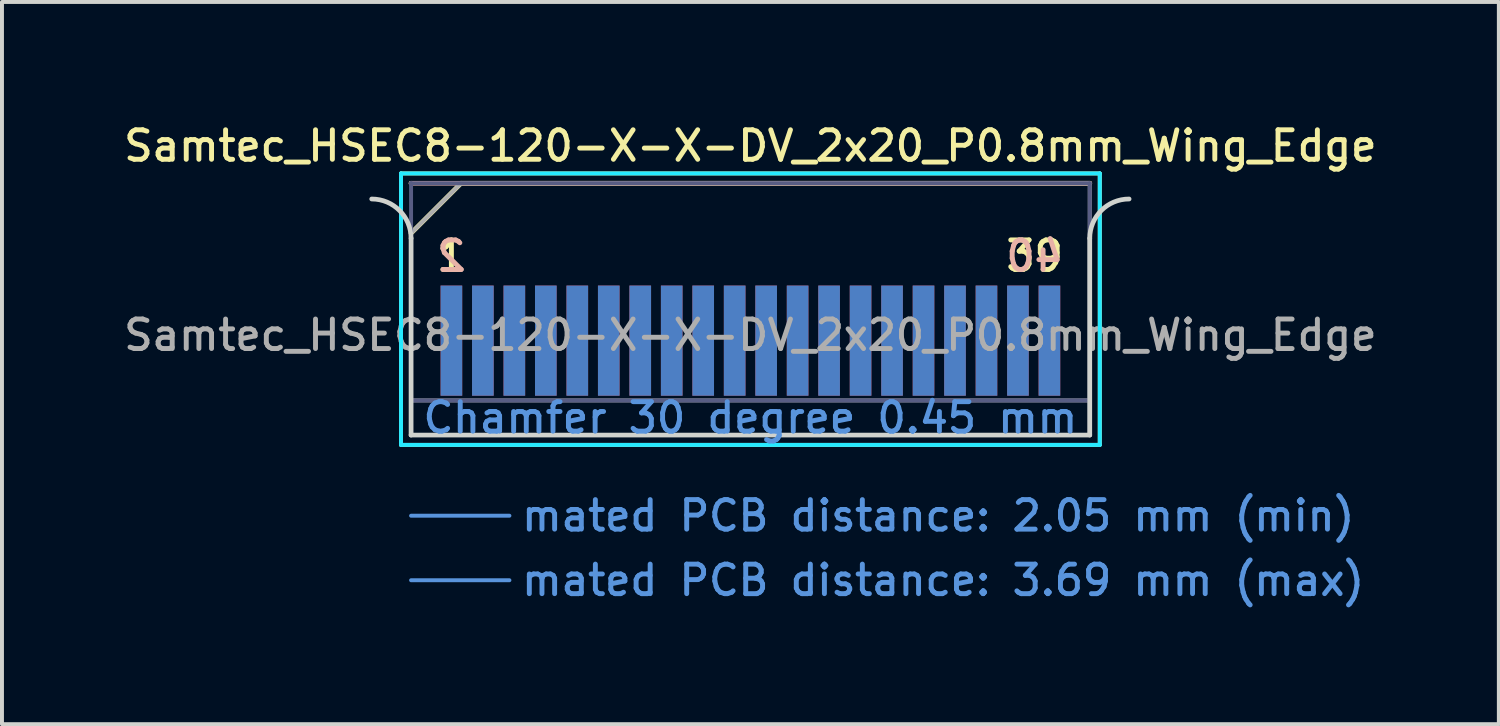
<source format=kicad_pcb>
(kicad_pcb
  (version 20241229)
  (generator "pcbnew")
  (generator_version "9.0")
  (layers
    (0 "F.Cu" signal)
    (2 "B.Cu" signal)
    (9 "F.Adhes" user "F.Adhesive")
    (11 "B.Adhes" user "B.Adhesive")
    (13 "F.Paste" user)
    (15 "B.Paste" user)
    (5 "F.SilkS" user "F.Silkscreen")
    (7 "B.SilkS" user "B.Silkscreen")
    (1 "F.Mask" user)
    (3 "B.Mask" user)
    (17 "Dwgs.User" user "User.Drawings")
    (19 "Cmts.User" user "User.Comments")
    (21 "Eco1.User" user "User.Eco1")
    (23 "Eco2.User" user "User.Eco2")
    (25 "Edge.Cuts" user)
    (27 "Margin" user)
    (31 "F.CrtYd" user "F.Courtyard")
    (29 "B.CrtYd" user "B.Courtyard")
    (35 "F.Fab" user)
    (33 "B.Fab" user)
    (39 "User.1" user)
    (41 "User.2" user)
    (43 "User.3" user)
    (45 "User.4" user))
  (footprint "Samtec_HSEC8-120-X-X-DV_2x20_P0.8mm_Wing_Edge"
    (layer "F.Cu")
    (at 16.023 8.008)
    (property "Reference" "Samtec_HSEC8-120-X-X-DV_2x20_P0.8mm_Wing_Edge" (at 0 -7.35 0) (layer "F.SilkS") (effects (font (size 0.75 0.75) (thickness 0.125))))
    (attr exclude_from_pos_files exclude_from_bom)
    (fp_line (start -8.88 -6.65) (end -8.88 0.25) (stroke (width 0.1) (type solid)) (layer "F.SilkS"))
    (fp_line (start -8.88 0.25) (end 8.88 0.25) (stroke (width 0.1) (type solid)) (layer "F.SilkS"))
    (fp_line (start -8.625 -5.13) (end -7.355 -6.4) (stroke (width 0.12) (type solid)) (layer "F.SilkS"))
    (fp_line (start -7.355 -6.4) (end 8.625 -6.4) (stroke (width 0.12) (type solid)) (layer "F.SilkS"))
    (fp_line (start 8.88 -6.65) (end -8.88 -6.65) (stroke (width 0.1) (type solid)) (layer "F.SilkS"))
    (fp_line (start 8.88 0.25) (end 8.88 -6.65) (stroke (width 0.1) (type solid)) (layer "F.SilkS"))
    (fp_line (start -8.625 -6.4) (end -8.625 -6.4) (stroke (width 0.12) (type solid)) (layer "B.SilkS"))
    (fp_line (start -8.625 -6.4) (end 8.625 -6.4) (stroke (width 0.12) (type solid)) (layer "B.SilkS"))
    (fp_line (start -8.625 2.05) (end -6.125 2.05) (stroke (width 0.1) (type solid)) (layer "Cmts.User"))
    (fp_line (start -8.625 3.69) (end -6.125 3.69) (stroke (width 0.1) (type solid)) (layer "Cmts.User"))
    (fp_line (start -8.625 -5) (end -8.625 0) (stroke (width 0.12) (type solid)) (layer "Edge.Cuts"))
    (fp_line (start -8.625 0) (end 8.625 0) (stroke (width 0.12) (type solid)) (layer "Edge.Cuts"))
    (fp_line (start 8.625 0) (end 8.625 -5) (stroke (width 0.12) (type solid)) (layer "Edge.Cuts"))
    (fp_arc (start -9.625 -6) (mid -8.917893 -5.707107) (end -8.625 -5) (stroke (width 0.12) (type solid)) (layer "Edge.Cuts"))
    (fp_arc (start 8.625 -5) (mid 8.917893 -5.707107) (end 9.625 -6) (stroke (width 0.12) (type solid)) (layer "Edge.Cuts"))
    (fp_line (start -8.88 -6.65) (end -8.88 0.25) (stroke (width 0.1) (type solid)) (layer "B.CrtYd"))
    (fp_line (start -8.88 0.25) (end 8.88 0.25) (stroke (width 0.1) (type solid)) (layer "B.CrtYd"))
    (fp_line (start 8.88 -6.65) (end -8.88 -6.65) (stroke (width 0.1) (type solid)) (layer "B.CrtYd"))
    (fp_line (start 8.88 0.25) (end 8.88 -6.65) (stroke (width 0.1) (type solid)) (layer "B.CrtYd"))
    (fp_line (start -8.625 -6.4) (end -8.625 -6.4) (stroke (width 0.1) (type solid)) (layer "B.Fab"))
    (fp_line (start -8.625 -6.4) (end -8.625 0) (stroke (width 0.1) (type solid)) (layer "B.Fab"))
    (fp_line (start -8.625 -6.4) (end 8.625 -6.4) (stroke (width 0.1) (type solid)) (layer "B.Fab"))
    (fp_line (start -8.625 -0.88) (end 8.625 -0.88) (stroke (width 0.1) (type solid)) (layer "B.Fab"))
    (fp_line (start -8.625 0) (end 8.625 0) (stroke (width 0.1) (type solid)) (layer "B.Fab"))
    (fp_line (start 8.625 -6.4) (end 8.625 0) (stroke (width 0.1) (type solid)) (layer "B.Fab"))
    (fp_line (start -8.625 -5.13) (end -8.625 0) (stroke (width 0.1) (type solid)) (layer "F.Fab"))
    (fp_line (start -8.625 -5.13) (end -7.355 -6.4) (stroke (width 0.1) (type solid)) (layer "F.Fab"))
    (fp_line (start -8.625 -0.88) (end 8.625 -0.88) (stroke (width 0.1) (type solid)) (layer "F.Fab"))
    (fp_line (start -8.625 0) (end 8.625 0) (stroke (width 0.1) (type solid)) (layer "F.Fab"))
    (fp_line (start -7.355 -6.4) (end 8.625 -6.4) (stroke (width 0.1) (type solid)) (layer "F.Fab"))
    (fp_line (start 8.625 -6.4) (end 8.625 0) (stroke (width 0.1) (type solid)) (layer "F.Fab"))
    (fp_text user "1" (at -7.6 -4.55 0) (layer "F.SilkS") (effects (font (size 0.75 0.75) (thickness 0.125))))
    (fp_text user "39" (at 7.225 -4.55 0) (layer "F.SilkS") (effects (font (size 0.75 0.75) (thickness 0.125))))
    (fp_text user "2" (at -7.6 -4.55 0) (layer "B.SilkS") (effects (font (size 0.75 0.75) (thickness 0.125)) (justify mirror)))
    (fp_text user "40" (at 7.225 -4.55 0) (layer "B.SilkS") (effects (font (size 0.75 0.75) (thickness 0.125)) (justify mirror)))
    (fp_text user "mated PCB distance: 2.05 mm (min)" (at -5.88 2.05 0) (layer "Cmts.User") (effects (font (size 0.75 0.75) (thickness 0.125)) (justify left)))
    (fp_text user "Chamfer 30 degree 0.45 mm" (at 0 -0.44 0) (layer "Cmts.User") (effects (font (size 0.75 0.75) (thickness 0.125))))
    (fp_text user "mated PCB distance: 3.69 mm (max)" (at -5.88 3.69 0) (layer "Cmts.User") (effects (font (size 0.75 0.75) (thickness 0.125)) (justify left)))
    (fp_text user "${REFERENCE}" (at 0 -2.54 0) (layer "F.Fab") (effects (font (size 0.75 0.75) (thickness 0.125))))
    (pad "1" connect rect (at -7.6 -2.4) (size 0.55 2.8) (layers "F.Cu" "F.Mask"))
    (pad "2" connect rect (at -7.6 -2.4) (size 0.55 2.8) (layers "B.Cu" "B.Mask"))
    (pad "3" connect rect (at -6.8 -2.4) (size 0.55 2.8) (layers "F.Cu" "F.Mask"))
    (pad "4" connect rect (at -6.8 -2.4) (size 0.55 2.8) (layers "B.Cu" "B.Mask"))
    (pad "5" connect rect (at -6 -2.4) (size 0.55 2.8) (layers "F.Cu" "F.Mask"))
    (pad "6" connect rect (at -6 -2.4) (size 0.55 2.8) (layers "B.Cu" "B.Mask"))
    (pad "7" connect rect (at -5.2 -2.4) (size 0.55 2.8) (layers "F.Cu" "F.Mask"))
    (pad "8" connect rect (at -5.2 -2.4) (size 0.55 2.8) (layers "B.Cu" "B.Mask"))
    (pad "9" connect rect (at -4.4 -2.4) (size 0.55 2.8) (layers "F.Cu" "F.Mask"))
    (pad "10" connect rect (at -4.4 -2.4) (size 0.55 2.8) (layers "B.Cu" "B.Mask"))
    (pad "11" connect rect (at -3.6 -2.4) (size 0.55 2.8) (layers "F.Cu" "F.Mask"))
    (pad "12" connect rect (at -3.6 -2.4) (size 0.55 2.8) (layers "B.Cu" "B.Mask"))
    (pad "13" connect rect (at -2.8 -2.4) (size 0.55 2.8) (layers "F.Cu" "F.Mask"))
    (pad "14" connect rect (at -2.8 -2.4) (size 0.55 2.8) (layers "B.Cu" "B.Mask"))
    (pad "15" connect rect (at -2 -2.4) (size 0.55 2.8) (layers "F.Cu" "F.Mask"))
    (pad "16" connect rect (at -2 -2.4) (size 0.55 2.8) (layers "B.Cu" "B.Mask"))
    (pad "17" connect rect (at -1.2 -2.4) (size 0.55 2.8) (layers "F.Cu" "F.Mask"))
    (pad "18" connect rect (at -1.2 -2.4) (size 0.55 2.8) (layers "B.Cu" "B.Mask"))
    (pad "19" connect rect (at -0.4 -2.4) (size 0.55 2.8) (layers "F.Cu" "F.Mask"))
    (pad "20" connect rect (at -0.4 -2.4) (size 0.55 2.8) (layers "B.Cu" "B.Mask"))
    (pad "21" connect rect (at 0.4 -2.4) (size 0.55 2.8) (layers "F.Cu" "F.Mask"))
    (pad "22" connect rect (at 0.4 -2.4) (size 0.55 2.8) (layers "B.Cu" "B.Mask"))
    (pad "23" connect rect (at 1.2 -2.4) (size 0.55 2.8) (layers "F.Cu" "F.Mask"))
    (pad "24" connect rect (at 1.2 -2.4) (size 0.55 2.8) (layers "B.Cu" "B.Mask"))
    (pad "25" connect rect (at 2 -2.4) (size 0.55 2.8) (layers "F.Cu" "F.Mask"))
    (pad "26" connect rect (at 2 -2.4) (size 0.55 2.8) (layers "B.Cu" "B.Mask"))
    (pad "27" connect rect (at 2.8 -2.4) (size 0.55 2.8) (layers "F.Cu" "F.Mask"))
    (pad "28" connect rect (at 2.8 -2.4) (size 0.55 2.8) (layers "B.Cu" "B.Mask"))
    (pad "29" connect rect (at 3.6 -2.4) (size 0.55 2.8) (layers "F.Cu" "F.Mask"))
    (pad "30" connect rect (at 3.6 -2.4) (size 0.55 2.8) (layers "B.Cu" "B.Mask"))
    (pad "31" connect rect (at 4.4 -2.4) (size 0.55 2.8) (layers "F.Cu" "F.Mask"))
    (pad "32" connect rect (at 4.4 -2.4) (size 0.55 2.8) (layers "B.Cu" "B.Mask"))
    (pad "33" connect rect (at 5.2 -2.4) (size 0.55 2.8) (layers "F.Cu" "F.Mask"))
    (pad "34" connect rect (at 5.2 -2.4) (size 0.55 2.8) (layers "B.Cu" "B.Mask"))
    (pad "35" connect rect (at 6 -2.4) (size 0.55 2.8) (layers "F.Cu" "F.Mask"))
    (pad "36" connect rect (at 6 -2.4) (size 0.55 2.8) (layers "B.Cu" "B.Mask"))
    (pad "37" connect rect (at 6.8 -2.4) (size 0.55 2.8) (layers "F.Cu" "F.Mask"))
    (pad "38" connect rect (at 6.8 -2.4) (size 0.55 2.8) (layers "B.Cu" "B.Mask"))
    (pad "39" connect rect (at 7.6 -2.4) (size 0.55 2.8) (layers "F.Cu" "F.Mask"))
    (pad "40" connect rect (at 7.6 -2.4) (size 0.55 2.8) (layers "B.Cu" "B.Mask")))
  (gr_rect
    (start -3 -3)
    (end 35.046 15.356)
    (stroke (width 0.1) (type default))
    (fill no)
    (layer "Edge.Cuts")))
</source>
